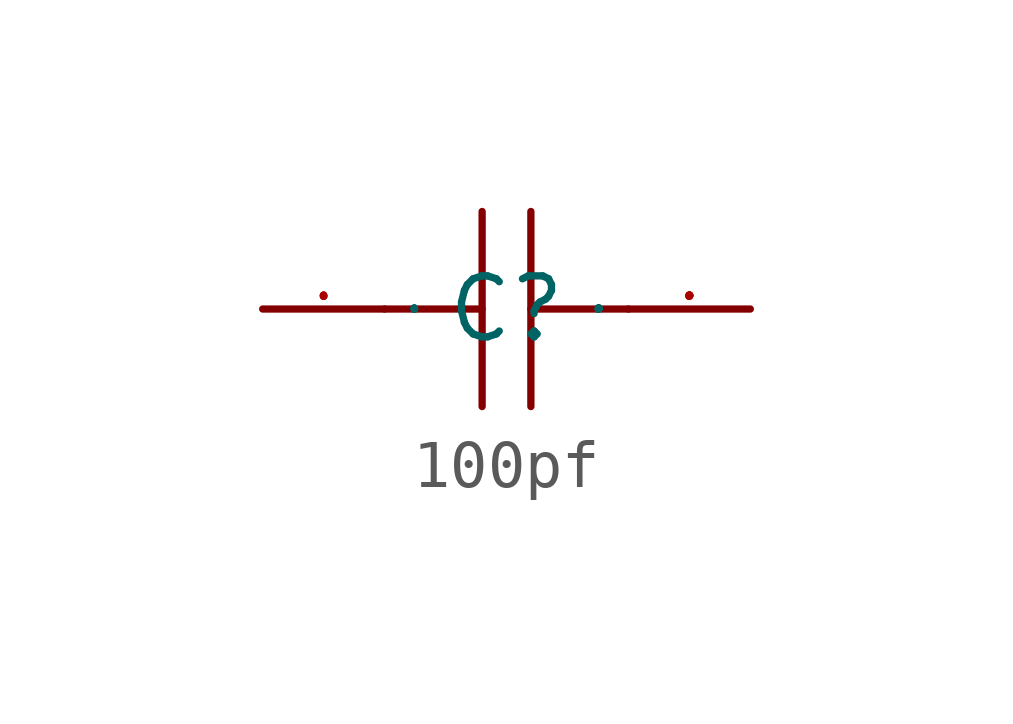
<source format=kicad_sym>
(kicad_symbol_lib
  (version 20231120)
  (generator "kicad_symbol_editor")
  (generator_version "8.0")
  (symbol "100pf"
    (property "Reference" "C"
      (at 0 0 0)
      (effects (font (size 1.27 1.27))))
    (property "Value" ""
      (at 0 0 0)
      (effects (font (size 1.27 1.27))))
    (symbol "100pf_1_0"
      (polyline (pts (xy -0.508 -2.032) (xy -0.508 2.032)) (stroke (width 0) (type default)) (fill (type none)))
      (polyline (pts (xy -0.508 0) (xy -2.54 0)) (stroke (width 0) (type default)) (fill (type none)))
      (polyline (pts (xy 0.508 2.032) (xy 0.508 -2.032)) (stroke (width 0) (type default)) (fill (type none)))
      (polyline (pts (xy 2.54 0) (xy 0.508 0)) (stroke (width 0) (type default)) (fill (type none)))
      (pin unspecified line (at -5.08 0 0) (length 2.54) (name "1" (effects (font (size 0.025 0.025)))) (number "1" (effects (font (size 0.025 0.025)))))
      (pin unspecified line (at 5.08 0 180) (length 2.54) (name "2" (effects (font (size 0.025 0.025)))) (number "2" (effects (font (size 0.025 0.025))))))))
</source>
